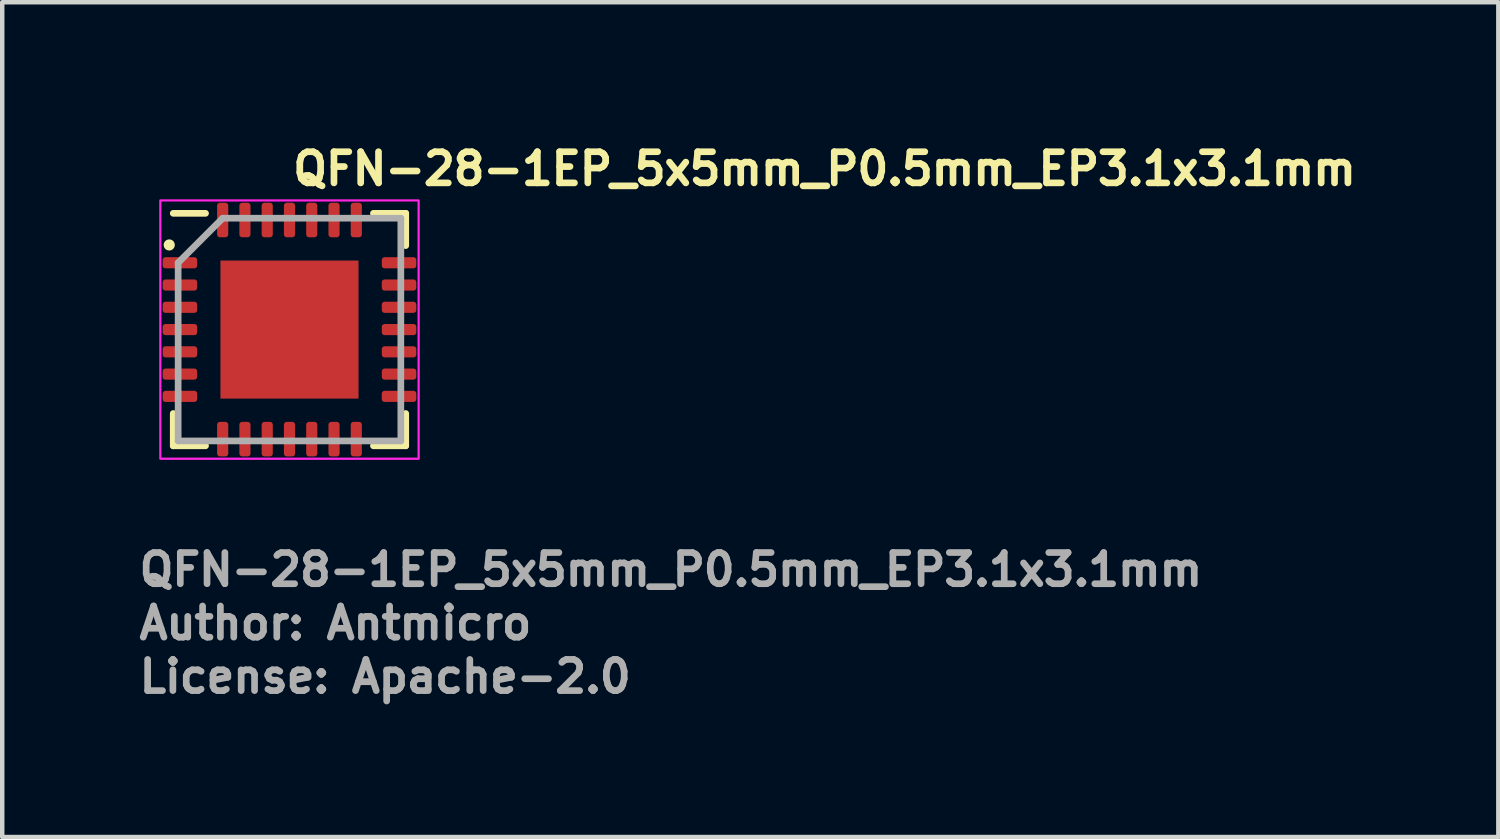
<source format=kicad_pcb>
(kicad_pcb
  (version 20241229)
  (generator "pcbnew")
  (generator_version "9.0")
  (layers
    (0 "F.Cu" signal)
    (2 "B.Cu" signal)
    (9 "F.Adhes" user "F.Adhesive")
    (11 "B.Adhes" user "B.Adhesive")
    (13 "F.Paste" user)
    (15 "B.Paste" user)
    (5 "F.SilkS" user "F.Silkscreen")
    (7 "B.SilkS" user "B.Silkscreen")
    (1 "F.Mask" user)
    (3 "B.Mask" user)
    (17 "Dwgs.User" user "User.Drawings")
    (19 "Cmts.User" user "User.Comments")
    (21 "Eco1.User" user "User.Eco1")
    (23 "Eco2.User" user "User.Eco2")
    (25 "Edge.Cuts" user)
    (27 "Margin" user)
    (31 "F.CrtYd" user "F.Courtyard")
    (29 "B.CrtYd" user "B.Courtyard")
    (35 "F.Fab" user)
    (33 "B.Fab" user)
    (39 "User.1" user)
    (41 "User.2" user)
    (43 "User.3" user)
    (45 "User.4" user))
  (footprint "QFN-28-1EP_5x5mm_P0.5mm_EP3.1x3.1mm"
    (layer "F.Cu")
    (at 3.45 4.35)
    (property "Reference" "QFN-28-1EP_5x5mm_P0.5mm_EP3.1x3.1mm" (at 0 -3.2 0) (layer "F.SilkS") (effects (font (size 0.7 0.7) (thickness 0.15)) (justify left bottom)))
    (attr smd)
    (fp_line (start -2.61 2.61) (end -2.61 1.885) (stroke (width 0.15) (type solid)) (layer "F.SilkS"))
    (fp_line (start -1.885 -2.61) (end -2.61 -2.61) (stroke (width 0.15) (type solid)) (layer "F.SilkS"))
    (fp_line (start -1.885 2.61) (end -2.61 2.61) (stroke (width 0.15) (type solid)) (layer "F.SilkS"))
    (fp_line (start 1.885 -2.61) (end 2.61 -2.61) (stroke (width 0.15) (type solid)) (layer "F.SilkS"))
    (fp_line (start 1.885 2.61) (end 2.61 2.61) (stroke (width 0.15) (type solid)) (layer "F.SilkS"))
    (fp_line (start 2.61 -2.61) (end 2.61 -1.885) (stroke (width 0.15) (type solid)) (layer "F.SilkS"))
    (fp_line (start 2.61 2.61) (end 2.61 1.885) (stroke (width 0.15) (type solid)) (layer "F.SilkS"))
    (fp_circle (center -2.7 -1.9) (end -2.65 -1.9) (stroke (width 0.15) (type solid)) (fill yes) (layer "F.SilkS"))
    (fp_rect (start -2.9 -2.9) (end 2.9 2.9) (stroke (width 0.05) (type solid)) (fill no) (layer "F.CrtYd"))
    (fp_line (start -2.5 -1.5) (end -1.5 -2.5) (stroke (width 0.15) (type solid)) (layer "F.Fab"))
    (fp_line (start -2.5 2.5) (end -2.5 -1.5) (stroke (width 0.15) (type solid)) (layer "F.Fab"))
    (fp_line (start -1.5 -2.5) (end 2.5 -2.5) (stroke (width 0.15) (type solid)) (layer "F.Fab"))
    (fp_line (start 2.5 -2.5) (end 2.5 2.5) (stroke (width 0.15) (type solid)) (layer "F.Fab"))
    (fp_line (start 2.5 2.5) (end -2.5 2.5) (stroke (width 0.15) (type solid)) (layer "F.Fab"))
    (fp_rect (start -2.5 -2.5) (end 2.5 2.5) (stroke (width 0.1) (type solid)) (fill no) (layer "User.5"))
    (fp_line (start -2.5 -1.625) (end -2.5 -1.375) (stroke (width 0.02) (type solid)) (layer "User.9"))
    (fp_line (start -2.5 -1.375) (end -2.49 -1.375) (stroke (width 0.02) (type solid)) (layer "User.9"))
    (fp_line (start -2.5 -1.125) (end -2.5 -0.875) (stroke (width 0.02) (type solid)) (layer "User.9"))
    (fp_line (start -2.5 -0.875) (end -2.49 -0.875) (stroke (width 0.02) (type solid)) (layer "User.9"))
    (fp_line (start -2.5 -0.625) (end -2.5 -0.375) (stroke (width 0.02) (type solid)) (layer "User.9"))
    (fp_line (start -2.5 -0.375) (end -2.49 -0.375) (stroke (width 0.02) (type solid)) (layer "User.9"))
    (fp_line (start -2.5 -0.125) (end -2.5 0.125) (stroke (width 0.02) (type solid)) (layer "User.9"))
    (fp_line (start -2.5 0.125) (end -2.49 0.125) (stroke (width 0.02) (type solid)) (layer "User.9"))
    (fp_line (start -2.5 0.375) (end -2.5 0.625) (stroke (width 0.02) (type solid)) (layer "User.9"))
    (fp_line (start -2.5 0.625) (end -2.49 0.625) (stroke (width 0.02) (type solid)) (layer "User.9"))
    (fp_line (start -2.5 0.875) (end -2.5 1.125) (stroke (width 0.02) (type solid)) (layer "User.9"))
    (fp_line (start -2.5 1.125) (end -2.49 1.125) (stroke (width 0.02) (type solid)) (layer "User.9"))
    (fp_line (start -2.5 1.375) (end -2.5 1.625) (stroke (width 0.02) (type solid)) (layer "User.9"))
    (fp_line (start -2.5 1.625) (end -2.49 1.625) (stroke (width 0.02) (type solid)) (layer "User.9"))
    (fp_line (start -2.49 -2.49) (end -2.49 2.49) (stroke (width 0.02) (type solid)) (layer "User.9"))
    (fp_line (start -2.49 -2.49) (end 2.49 -2.49) (stroke (width 0.02) (type solid)) (layer "User.9"))
    (fp_line (start -2.49 -1.625) (end -2.5 -1.625) (stroke (width 0.02) (type solid)) (layer "User.9"))
    (fp_line (start -2.49 -1.125) (end -2.5 -1.125) (stroke (width 0.02) (type solid)) (layer "User.9"))
    (fp_line (start -2.49 -0.625) (end -2.5 -0.625) (stroke (width 0.02) (type solid)) (layer "User.9"))
    (fp_line (start -2.49 -0.125) (end -2.5 -0.125) (stroke (width 0.02) (type solid)) (layer "User.9"))
    (fp_line (start -2.49 0.375) (end -2.5 0.375) (stroke (width 0.02) (type solid)) (layer "User.9"))
    (fp_line (start -2.49 0.875) (end -2.5 0.875) (stroke (width 0.02) (type solid)) (layer "User.9"))
    (fp_line (start -2.49 1.375) (end -2.5 1.375) (stroke (width 0.02) (type solid)) (layer "User.9"))
    (fp_line (start -2.49 2.49) (end 2.49 2.49) (stroke (width 0.02) (type solid)) (layer "User.9"))
    (fp_line (start -2.15 -1.913) (end -2.15 -1.9) (stroke (width 0.02) (type solid)) (layer "User.9"))
    (fp_line (start -2.15 -1.9) (end -2.15 -1.9) (stroke (width 0.02) (type solid)) (layer "User.9"))
    (fp_line (start -2.15 -1.9) (end -2.15 -1.887) (stroke (width 0.02) (type solid)) (layer "User.9"))
    (fp_line (start -2.15 -1.887) (end -2.149 -1.874) (stroke (width 0.02) (type solid)) (layer "User.9"))
    (fp_line (start -2.149 -1.926) (end -2.15 -1.913) (stroke (width 0.02) (type solid)) (layer "User.9"))
    (fp_line (start -2.149 -1.874) (end -2.147 -1.862) (stroke (width 0.02) (type solid)) (layer "User.9"))
    (fp_line (start -2.147 -1.938) (end -2.149 -1.926) (stroke (width 0.02) (type solid)) (layer "User.9"))
    (fp_line (start -2.147 -1.862) (end -2.145 -1.85) (stroke (width 0.02) (type solid)) (layer "User.9"))
    (fp_line (start -2.145 -1.95) (end -2.147 -1.938) (stroke (width 0.02) (type solid)) (layer "User.9"))
    (fp_line (start -2.145 -1.85) (end -2.142 -1.838) (stroke (width 0.02) (type solid)) (layer "User.9"))
    (fp_line (start -2.142 -1.962) (end -2.145 -1.95) (stroke (width 0.02) (type solid)) (layer "User.9"))
    (fp_line (start -2.142 -1.838) (end -2.139 -1.826) (stroke (width 0.02) (type solid)) (layer "User.9"))
    (fp_line (start -2.139 -1.974) (end -2.142 -1.962) (stroke (width 0.02) (type solid)) (layer "User.9"))
    (fp_line (start -2.139 -1.826) (end -2.135 -1.814) (stroke (width 0.02) (type solid)) (layer "User.9"))
    (fp_line (start -2.135 -1.986) (end -2.139 -1.974) (stroke (width 0.02) (type solid)) (layer "User.9"))
    (fp_line (start -2.135 -1.814) (end -2.13 -1.803) (stroke (width 0.02) (type solid)) (layer "User.9"))
    (fp_line (start -2.13 -1.997) (end -2.135 -1.986) (stroke (width 0.02) (type solid)) (layer "User.9"))
    (fp_line (start -2.13 -1.803) (end -2.125 -1.792) (stroke (width 0.02) (type solid)) (layer "User.9"))
    (fp_line (start -2.125 -2.008) (end -2.13 -1.997) (stroke (width 0.02) (type solid)) (layer "User.9"))
    (fp_line (start -2.125 -1.792) (end -2.12 -1.781) (stroke (width 0.02) (type solid)) (layer "User.9"))
    (fp_line (start -2.12 -2.019) (end -2.125 -2.008) (stroke (width 0.02) (type solid)) (layer "User.9"))
    (fp_line (start -2.12 -1.781) (end -2.114 -1.77) (stroke (width 0.02) (type solid)) (layer "User.9"))
    (fp_line (start -2.114 -2.03) (end -2.12 -2.019) (stroke (width 0.02) (type solid)) (layer "User.9"))
    (fp_line (start -2.114 -1.77) (end -2.107 -1.76) (stroke (width 0.02) (type solid)) (layer "User.9"))
    (fp_line (start -2.107 -2.04) (end -2.114 -2.03) (stroke (width 0.02) (type solid)) (layer "User.9"))
    (fp_line (start -2.107 -1.76) (end -2.1 -1.75) (stroke (width 0.02) (type solid)) (layer "User.9"))
    (fp_line (start -2.1 -2.05) (end -2.107 -2.04) (stroke (width 0.02) (type solid)) (layer "User.9"))
    (fp_line (start -2.1 -1.75) (end -2.093 -1.741) (stroke (width 0.02) (type solid)) (layer "User.9"))
    (fp_line (start -2.093 -2.059) (end -2.1 -2.05) (stroke (width 0.02) (type solid)) (layer "User.9"))
    (fp_line (start -2.093 -1.741) (end -2.085 -1.732) (stroke (width 0.02) (type solid)) (layer "User.9"))
    (fp_line (start -2.085 -2.068) (end -2.093 -2.059) (stroke (width 0.02) (type solid)) (layer "User.9"))
    (fp_line (start -2.085 -1.732) (end -2.077 -1.723) (stroke (width 0.02) (type solid)) (layer "User.9"))
    (fp_line (start -2.077 -2.077) (end -2.085 -2.068) (stroke (width 0.02) (type solid)) (layer "User.9"))
    (fp_line (start -2.077 -1.723) (end -2.068 -1.715) (stroke (width 0.02) (type solid)) (layer "User.9"))
    (fp_line (start -2.068 -2.085) (end -2.077 -2.077) (stroke (width 0.02) (type solid)) (layer "User.9"))
    (fp_line (start -2.068 -1.715) (end -2.059 -1.707) (stroke (width 0.02) (type solid)) (layer "User.9"))
    (fp_line (start -2.059 -2.093) (end -2.068 -2.085) (stroke (width 0.02) (type solid)) (layer "User.9"))
    (fp_line (start -2.059 -1.707) (end -2.05 -1.7) (stroke (width 0.02) (type solid)) (layer "User.9"))
    (fp_line (start -2.05 -2.1) (end -2.059 -2.093) (stroke (width 0.02) (type solid)) (layer "User.9"))
    (fp_line (start -2.05 -1.7) (end -2.04 -1.693) (stroke (width 0.02) (type solid)) (layer "User.9"))
    (fp_line (start -2.04 -2.107) (end -2.05 -2.1) (stroke (width 0.02) (type solid)) (layer "User.9"))
    (fp_line (start -2.04 -1.693) (end -2.03 -1.686) (stroke (width 0.02) (type solid)) (layer "User.9"))
    (fp_line (start -2.03 -2.114) (end -2.04 -2.107) (stroke (width 0.02) (type solid)) (layer "User.9"))
    (fp_line (start -2.03 -1.686) (end -2.019 -1.68) (stroke (width 0.02) (type solid)) (layer "User.9"))
    (fp_line (start -2.019 -2.12) (end -2.03 -2.114) (stroke (width 0.02) (type solid)) (layer "User.9"))
    (fp_line (start -2.019 -1.68) (end -2.008 -1.675) (stroke (width 0.02) (type solid)) (layer "User.9"))
    (fp_line (start -2.008 -2.125) (end -2.019 -2.12) (stroke (width 0.02) (type solid)) (layer "User.9"))
    (fp_line (start -2.008 -1.675) (end -1.997 -1.67) (stroke (width 0.02) (type solid)) (layer "User.9"))
    (fp_line (start -1.997 -2.13) (end -2.008 -2.125) (stroke (width 0.02) (type solid)) (layer "User.9"))
    (fp_line (start -1.997 -1.67) (end -1.986 -1.665) (stroke (width 0.02) (type solid)) (layer "User.9"))
    (fp_line (start -1.986 -2.135) (end -1.997 -2.13) (stroke (width 0.02) (type solid)) (layer "User.9"))
    (fp_line (start -1.986 -1.665) (end -1.974 -1.661) (stroke (width 0.02) (type solid)) (layer "User.9"))
    (fp_line (start -1.974 -2.139) (end -1.986 -2.135) (stroke (width 0.02) (type solid)) (layer "User.9"))
    (fp_line (start -1.974 -1.661) (end -1.962 -1.658) (stroke (width 0.02) (type solid)) (layer "User.9"))
    (fp_line (start -1.962 -2.142) (end -1.974 -2.139) (stroke (width 0.02) (type solid)) (layer "User.9"))
    (fp_line (start -1.962 -1.658) (end -1.95 -1.655) (stroke (width 0.02) (type solid)) (layer "User.9"))
    (fp_line (start -1.95 -2.145) (end -1.962 -2.142) (stroke (width 0.02) (type solid)) (layer "User.9"))
    (fp_line (start -1.95 -1.655) (end -1.938 -1.653) (stroke (width 0.02) (type solid)) (layer "User.9"))
    (fp_line (start -1.938 -2.147) (end -1.95 -2.145) (stroke (width 0.02) (type solid)) (layer "User.9"))
    (fp_line (start -1.938 -1.653) (end -1.926 -1.651) (stroke (width 0.02) (type solid)) (layer "User.9"))
    (fp_line (start -1.926 -2.149) (end -1.938 -2.147) (stroke (width 0.02) (type solid)) (layer "User.9"))
    (fp_line (start -1.926 -1.651) (end -1.913 -1.65) (stroke (width 0.02) (type solid)) (layer "User.9"))
    (fp_line (start -1.913 -2.15) (end -1.926 -2.149) (stroke (width 0.02) (type solid)) (layer "User.9"))
    (fp_line (start -1.913 -1.65) (end -1.9 -1.65) (stroke (width 0.02) (type solid)) (layer "User.9"))
    (fp_line (start -1.9 -2.15) (end -1.913 -2.15) (stroke (width 0.02) (type solid)) (layer "User.9"))
    (fp_line (start -1.9 -2.15) (end -1.9 -2.15) (stroke (width 0.02) (type solid)) (layer "User.9"))
    (fp_line (start -1.9 -1.65) (end -1.9 -1.65) (stroke (width 0.02) (type solid)) (layer "User.9"))
    (fp_line (start -1.9 -1.65) (end -1.887 -1.65) (stroke (width 0.02) (type solid)) (layer "User.9"))
    (fp_line (start -1.887 -2.15) (end -1.9 -2.15) (stroke (width 0.02) (type solid)) (layer "User.9"))
    (fp_line (start -1.887 -1.65) (end -1.874 -1.651) (stroke (width 0.02) (type solid)) (layer "User.9"))
    (fp_line (start -1.874 -2.149) (end -1.887 -2.15) (stroke (width 0.02) (type solid)) (layer "User.9"))
    (fp_line (start -1.874 -1.651) (end -1.862 -1.653) (stroke (width 0.02) (type solid)) (layer "User.9"))
    (fp_line (start -1.862 -2.147) (end -1.874 -2.149) (stroke (width 0.02) (type solid)) (layer "User.9"))
    (fp_line (start -1.862 -1.653) (end -1.85 -1.655) (stroke (width 0.02) (type solid)) (layer "User.9"))
    (fp_line (start -1.85 -2.145) (end -1.862 -2.147) (stroke (width 0.02) (type solid)) (layer "User.9"))
    (fp_line (start -1.85 -1.655) (end -1.838 -1.658) (stroke (width 0.02) (type solid)) (layer "User.9"))
    (fp_line (start -1.838 -2.142) (end -1.85 -2.145) (stroke (width 0.02) (type solid)) (layer "User.9"))
    (fp_line (start -1.838 -1.658) (end -1.826 -1.661) (stroke (width 0.02) (type solid)) (layer "User.9"))
    (fp_line (start -1.826 -2.139) (end -1.838 -2.142) (stroke (width 0.02) (type solid)) (layer "User.9"))
    (fp_line (start -1.826 -1.661) (end -1.814 -1.665) (stroke (width 0.02) (type solid)) (layer "User.9"))
    (fp_line (start -1.814 -2.135) (end -1.826 -2.139) (stroke (width 0.02) (type solid)) (layer "User.9"))
    (fp_line (start -1.814 -1.665) (end -1.803 -1.67) (stroke (width 0.02) (type solid)) (layer "User.9"))
    (fp_line (start -1.803 -2.13) (end -1.814 -2.135) (stroke (width 0.02) (type solid)) (layer "User.9"))
    (fp_line (start -1.803 -1.67) (end -1.792 -1.675) (stroke (width 0.02) (type solid)) (layer "User.9"))
    (fp_line (start -1.792 -2.125) (end -1.803 -2.13) (stroke (width 0.02) (type solid)) (layer "User.9"))
    (fp_line (start -1.792 -1.675) (end -1.781 -1.68) (stroke (width 0.02) (type solid)) (layer "User.9"))
    (fp_line (start -1.781 -2.12) (end -1.792 -2.125) (stroke (width 0.02) (type solid)) (layer "User.9"))
    (fp_line (start -1.781 -1.68) (end -1.77 -1.686) (stroke (width 0.02) (type solid)) (layer "User.9"))
    (fp_line (start -1.77 -2.114) (end -1.781 -2.12) (stroke (width 0.02) (type solid)) (layer "User.9"))
    (fp_line (start -1.77 -1.686) (end -1.76 -1.693) (stroke (width 0.02) (type solid)) (layer "User.9"))
    (fp_line (start -1.76 -2.107) (end -1.77 -2.114) (stroke (width 0.02) (type solid)) (layer "User.9"))
    (fp_line (start -1.76 -1.693) (end -1.75 -1.7) (stroke (width 0.02) (type solid)) (layer "User.9"))
    (fp_line (start -1.75 -2.1) (end -1.76 -2.107) (stroke (width 0.02) (type solid)) (layer "User.9"))
    (fp_line (start -1.75 -1.7) (end -1.741 -1.707) (stroke (width 0.02) (type solid)) (layer "User.9"))
    (fp_line (start -1.741 -2.093) (end -1.75 -2.1) (stroke (width 0.02) (type solid)) (layer "User.9"))
    (fp_line (start -1.741 -1.707) (end -1.732 -1.715) (stroke (width 0.02) (type solid)) (layer "User.9"))
    (fp_line (start -1.732 -2.085) (end -1.741 -2.093) (stroke (width 0.02) (type solid)) (layer "User.9"))
    (fp_line (start -1.732 -1.715) (end -1.723 -1.723) (stroke (width 0.02) (type solid)) (layer "User.9"))
    (fp_line (start -1.723 -2.077) (end -1.732 -2.085) (stroke (width 0.02) (type solid)) (layer "User.9"))
    (fp_line (start -1.723 -1.723) (end -1.715 -1.732) (stroke (width 0.02) (type solid)) (layer "User.9"))
    (fp_line (start -1.715 -2.068) (end -1.723 -2.077) (stroke (width 0.02) (type solid)) (layer "User.9"))
    (fp_line (start -1.715 -1.732) (end -1.707 -1.741) (stroke (width 0.02) (type solid)) (layer "User.9"))
    (fp_line (start -1.707 -2.059) (end -1.715 -2.068) (stroke (width 0.02) (type solid)) (layer "User.9"))
    (fp_line (start -1.707 -1.741) (end -1.7 -1.75) (stroke (width 0.02) (type solid)) (layer "User.9"))
    (fp_line (start -1.7 -2.05) (end -1.707 -2.059) (stroke (width 0.02) (type solid)) (layer "User.9"))
    (fp_line (start -1.7 -1.75) (end -1.693 -1.76) (stroke (width 0.02) (type solid)) (layer "User.9"))
    (fp_line (start -1.693 -2.04) (end -1.7 -2.05) (stroke (width 0.02) (type solid)) (layer "User.9"))
    (fp_line (start -1.693 -1.76) (end -1.686 -1.77) (stroke (width 0.02) (type solid)) (layer "User.9"))
    (fp_line (start -1.686 -2.03) (end -1.693 -2.04) (stroke (width 0.02) (type solid)) (layer "User.9"))
    (fp_line (start -1.686 -1.77) (end -1.68 -1.781) (stroke (width 0.02) (type solid)) (layer "User.9"))
    (fp_line (start -1.68 -2.019) (end -1.686 -2.03) (stroke (width 0.02) (type solid)) (layer "User.9"))
    (fp_line (start -1.68 -1.781) (end -1.675 -1.792) (stroke (width 0.02) (type solid)) (layer "User.9"))
    (fp_line (start -1.675 -2.008) (end -1.68 -2.019) (stroke (width 0.02) (type solid)) (layer "User.9"))
    (fp_line (start -1.675 -1.792) (end -1.67 -1.803) (stroke (width 0.02) (type solid)) (layer "User.9"))
    (fp_line (start -1.67 -1.997) (end -1.675 -2.008) (stroke (width 0.02) (type solid)) (layer "User.9"))
    (fp_line (start -1.67 -1.803) (end -1.665 -1.814) (stroke (width 0.02) (type solid)) (layer "User.9"))
    (fp_line (start -1.665 -1.986) (end -1.67 -1.997) (stroke (width 0.02) (type solid)) (layer "User.9"))
    (fp_line (start -1.665 -1.814) (end -1.661 -1.826) (stroke (width 0.02) (type solid)) (layer "User.9"))
    (fp_line (start -1.661 -1.974) (end -1.665 -1.986) (stroke (width 0.02) (type solid)) (layer "User.9"))
    (fp_line (start -1.661 -1.826) (end -1.658 -1.838) (stroke (width 0.02) (type solid)) (layer "User.9"))
    (fp_line (start -1.658 -1.962) (end -1.661 -1.974) (stroke (width 0.02) (type solid)) (layer "User.9"))
    (fp_line (start -1.658 -1.838) (end -1.655 -1.85) (stroke (width 0.02) (type solid)) (layer "User.9"))
    (fp_line (start -1.655 -1.95) (end -1.658 -1.962) (stroke (width 0.02) (type solid)) (layer "User.9"))
    (fp_line (start -1.655 -1.85) (end -1.653 -1.862) (stroke (width 0.02) (type solid)) (layer "User.9"))
    (fp_line (start -1.653 -1.938) (end -1.655 -1.95) (stroke (width 0.02) (type solid)) (layer "User.9"))
    (fp_line (start -1.653 -1.862) (end -1.651 -1.874) (stroke (width 0.02) (type solid)) (layer "User.9"))
    (fp_line (start -1.651 -1.926) (end -1.653 -1.938) (stroke (width 0.02) (type solid)) (layer "User.9"))
    (fp_line (start -1.651 -1.874) (end -1.65 -1.887) (stroke (width 0.02) (type solid)) (layer "User.9"))
    (fp_line (start -1.65 -1.913) (end -1.651 -1.926) (stroke (width 0.02) (type solid)) (layer "User.9"))
    (fp_line (start -1.65 -1.9) (end -1.65 -1.913) (stroke (width 0.02) (type solid)) (layer "User.9"))
    (fp_line (start -1.65 -1.9) (end -1.65 -1.9) (stroke (width 0.02) (type solid)) (layer "User.9"))
    (fp_line (start -1.65 -1.9) (end -1.65 -1.9) (stroke (width 0.02) (type solid)) (layer "User.9"))
    (fp_line (start -1.65 -1.887) (end -1.65 -1.9) (stroke (width 0.02) (type solid)) (layer "User.9"))
    (fp_line (start -1.625 -2.5) (end -1.625 -2.49) (stroke (width 0.02) (type solid)) (layer "User.9"))
    (fp_line (start -1.625 2.49) (end -1.625 2.5) (stroke (width 0.02) (type solid)) (layer "User.9"))
    (fp_line (start -1.625 2.5) (end -1.375 2.5) (stroke (width 0.02) (type solid)) (layer "User.9"))
    (fp_line (start -1.375 -2.5) (end -1.625 -2.5) (stroke (width 0.02) (type solid)) (layer "User.9"))
    (fp_line (start -1.375 -2.49) (end -1.375 -2.5) (stroke (width 0.02) (type solid)) (layer "User.9"))
    (fp_line (start -1.375 2.5) (end -1.375 2.49) (stroke (width 0.02) (type solid)) (layer "User.9"))
    (fp_line (start -1.125 -2.5) (end -1.125 -2.49) (stroke (width 0.02) (type solid)) (layer "User.9"))
    (fp_line (start -1.125 2.49) (end -1.125 2.5) (stroke (width 0.02) (type solid)) (layer "User.9"))
    (fp_line (start -1.125 2.5) (end -0.875 2.5) (stroke (width 0.02) (type solid)) (layer "User.9"))
    (fp_line (start -0.875 -2.5) (end -1.125 -2.5) (stroke (width 0.02) (type solid)) (layer "User.9"))
    (fp_line (start -0.875 -2.49) (end -0.875 -2.5) (stroke (width 0.02) (type solid)) (layer "User.9"))
    (fp_line (start -0.875 2.5) (end -0.875 2.49) (stroke (width 0.02) (type solid)) (layer "User.9"))
    (fp_line (start -0.625 -2.5) (end -0.625 -2.49) (stroke (width 0.02) (type solid)) (layer "User.9"))
    (fp_line (start -0.625 2.49) (end -0.625 2.5) (stroke (width 0.02) (type solid)) (layer "User.9"))
    (fp_line (start -0.625 2.5) (end -0.375 2.5) (stroke (width 0.02) (type solid)) (layer "User.9"))
    (fp_line (start -0.375 -2.5) (end -0.625 -2.5) (stroke (width 0.02) (type solid)) (layer "User.9"))
    (fp_line (start -0.375 -2.49) (end -0.375 -2.5) (stroke (width 0.02) (type solid)) (layer "User.9"))
    (fp_line (start -0.375 2.5) (end -0.375 2.49) (stroke (width 0.02) (type solid)) (layer "User.9"))
    (fp_line (start -0.125 -2.5) (end -0.125 -2.49) (stroke (width 0.02) (type solid)) (layer "User.9"))
    (fp_line (start -0.125 2.49) (end -0.125 2.5) (stroke (width 0.02) (type solid)) (layer "User.9"))
    (fp_line (start -0.125 2.5) (end 0.125 2.5) (stroke (width 0.02) (type solid)) (layer "User.9"))
    (fp_line (start 0.125 -2.5) (end -0.125 -2.5) (stroke (width 0.02) (type solid)) (layer "User.9"))
    (fp_line (start 0.125 -2.49) (end 0.125 -2.5) (stroke (width 0.02) (type solid)) (layer "User.9"))
    (fp_line (start 0.125 2.5) (end 0.125 2.49) (stroke (width 0.02) (type solid)) (layer "User.9"))
    (fp_line (start 0.375 -2.5) (end 0.375 -2.49) (stroke (width 0.02) (type solid)) (layer "User.9"))
    (fp_line (start 0.375 2.49) (end 0.375 2.5) (stroke (width 0.02) (type solid)) (layer "User.9"))
    (fp_line (start 0.375 2.5) (end 0.625 2.5) (stroke (width 0.02) (type solid)) (layer "User.9"))
    (fp_line (start 0.625 -2.5) (end 0.375 -2.5) (stroke (width 0.02) (type solid)) (layer "User.9"))
    (fp_line (start 0.625 -2.49) (end 0.625 -2.5) (stroke (width 0.02) (type solid)) (layer "User.9"))
    (fp_line (start 0.625 2.5) (end 0.625 2.49) (stroke (width 0.02) (type solid)) (layer "User.9"))
    (fp_line (start 0.875 -2.5) (end 0.875 -2.49) (stroke (width 0.02) (type solid)) (layer "User.9"))
    (fp_line (start 0.875 2.49) (end 0.875 2.5) (stroke (width 0.02) (type solid)) (layer "User.9"))
    (fp_line (start 0.875 2.5) (end 1.125 2.5) (stroke (width 0.02) (type solid)) (layer "User.9"))
    (fp_line (start 1.125 -2.5) (end 0.875 -2.5) (stroke (width 0.02) (type solid)) (layer "User.9"))
    (fp_line (start 1.125 -2.49) (end 1.125 -2.5) (stroke (width 0.02) (type solid)) (layer "User.9"))
    (fp_line (start 1.125 2.5) (end 1.125 2.49) (stroke (width 0.02) (type solid)) (layer "User.9"))
    (fp_line (start 1.375 -2.5) (end 1.375 -2.49) (stroke (width 0.02) (type solid)) (layer "User.9"))
    (fp_line (start 1.375 2.49) (end 1.375 2.5) (stroke (width 0.02) (type solid)) (layer "User.9"))
    (fp_line (start 1.375 2.5) (end 1.625 2.5) (stroke (width 0.02) (type solid)) (layer "User.9"))
    (fp_line (start 1.625 -2.5) (end 1.375 -2.5) (stroke (width 0.02) (type solid)) (layer "User.9"))
    (fp_line (start 1.625 -2.49) (end 1.625 -2.5) (stroke (width 0.02) (type solid)) (layer "User.9"))
    (fp_line (start 1.625 2.5) (end 1.625 2.49) (stroke (width 0.02) (type solid)) (layer "User.9"))
    (fp_line (start 2.49 -2.49) (end 2.49 2.49) (stroke (width 0.02) (type solid)) (layer "User.9"))
    (fp_line (start 2.49 -1.375) (end 2.5 -1.375) (stroke (width 0.02) (type solid)) (layer "User.9"))
    (fp_line (start 2.49 -0.875) (end 2.5 -0.875) (stroke (width 0.02) (type solid)) (layer "User.9"))
    (fp_line (start 2.49 -0.375) (end 2.5 -0.375) (stroke (width 0.02) (type solid)) (layer "User.9"))
    (fp_line (start 2.49 0.125) (end 2.5 0.125) (stroke (width 0.02) (type solid)) (layer "User.9"))
    (fp_line (start 2.49 0.625) (end 2.5 0.625) (stroke (width 0.02) (type solid)) (layer "User.9"))
    (fp_line (start 2.49 1.125) (end 2.5 1.125) (stroke (width 0.02) (type solid)) (layer "User.9"))
    (fp_line (start 2.49 1.625) (end 2.5 1.625) (stroke (width 0.02) (type solid)) (layer "User.9"))
    (fp_line (start 2.5 -1.625) (end 2.49 -1.625) (stroke (width 0.02) (type solid)) (layer "User.9"))
    (fp_line (start 2.5 -1.375) (end 2.5 -1.625) (stroke (width 0.02) (type solid)) (layer "User.9"))
    (fp_line (start 2.5 -1.125) (end 2.49 -1.125) (stroke (width 0.02) (type solid)) (layer "User.9"))
    (fp_line (start 2.5 -0.875) (end 2.5 -1.125) (stroke (width 0.02) (type solid)) (layer "User.9"))
    (fp_line (start 2.5 -0.625) (end 2.49 -0.625) (stroke (width 0.02) (type solid)) (layer "User.9"))
    (fp_line (start 2.5 -0.375) (end 2.5 -0.625) (stroke (width 0.02) (type solid)) (layer "User.9"))
    (fp_line (start 2.5 -0.125) (end 2.49 -0.125) (stroke (width 0.02) (type solid)) (layer "User.9"))
    (fp_line (start 2.5 0.125) (end 2.5 -0.125) (stroke (width 0.02) (type solid)) (layer "User.9"))
    (fp_line (start 2.5 0.375) (end 2.49 0.375) (stroke (width 0.02) (type solid)) (layer "User.9"))
    (fp_line (start 2.5 0.625) (end 2.5 0.375) (stroke (width 0.02) (type solid)) (layer "User.9"))
    (fp_line (start 2.5 0.875) (end 2.49 0.875) (stroke (width 0.02) (type solid)) (layer "User.9"))
    (fp_line (start 2.5 1.125) (end 2.5 0.875) (stroke (width 0.02) (type solid)) (layer "User.9"))
    (fp_line (start 2.5 1.375) (end 2.49 1.375) (stroke (width 0.02) (type solid)) (layer "User.9"))
    (fp_line (start 2.5 1.625) (end 2.5 1.375) (stroke (width 0.02) (type solid)) (layer "User.9"))
    (fp_text user "License: Apache-2.0" (at -3.45 8.2 0) (layer "F.Fab") (effects (font (size 0.7 0.7) (thickness 0.15)) (justify left bottom)))
    (fp_text user "Author: Antmicro" (at -3.45 7 0) (layer "F.Fab") (effects (font (size 0.7 0.7) (thickness 0.15)) (justify left bottom)))
    (fp_text user "${REFERENCE}" (at -3.45 5.8 0) (layer "F.Fab") (effects (font (size 0.7 0.7) (thickness 0.15)) (justify left bottom)))
    (pad "" smd roundrect (at -0.75 -0.75) (size 1.01 1.01) (layers "F.Paste") (roundrect_rratio 0.248))
    (pad "" smd roundrect (at -0.75 0.75) (size 1.01 1.01) (layers "F.Paste") (roundrect_rratio 0.248))
    (pad "" smd roundrect (at 0.75 -0.75) (size 1.01 1.01) (layers "F.Paste") (roundrect_rratio 0.248))
    (pad "" smd roundrect (at 0.75 0.75) (size 1.01 1.01) (layers "F.Paste") (roundrect_rratio 0.248))
    (pad "1" smd roundrect (at -2.46 -1.5) (size 0.775 0.25) (layers "F.Cu" "F.Mask" "F.Paste") (roundrect_rratio 0.25))
    (pad "2" smd roundrect (at -2.46 -1) (size 0.775 0.25) (layers "F.Cu" "F.Mask" "F.Paste") (roundrect_rratio 0.25))
    (pad "3" smd roundrect (at -2.46 -0.5) (size 0.775 0.25) (layers "F.Cu" "F.Mask" "F.Paste") (roundrect_rratio 0.25))
    (pad "4" smd roundrect (at -2.46 0) (size 0.775 0.25) (layers "F.Cu" "F.Mask" "F.Paste") (roundrect_rratio 0.25))
    (pad "5" smd roundrect (at -2.46 0.5) (size 0.775 0.25) (layers "F.Cu" "F.Mask" "F.Paste") (roundrect_rratio 0.25))
    (pad "6" smd roundrect (at -2.46 1) (size 0.775 0.25) (layers "F.Cu" "F.Mask" "F.Paste") (roundrect_rratio 0.25))
    (pad "7" smd roundrect (at -2.46 1.5) (size 0.775 0.25) (layers "F.Cu" "F.Mask" "F.Paste") (roundrect_rratio 0.25))
    (pad "8" smd roundrect (at -1.5 2.46) (size 0.25 0.775) (layers "F.Cu" "F.Mask" "F.Paste") (roundrect_rratio 0.25))
    (pad "9" smd roundrect (at -1 2.46) (size 0.25 0.775) (layers "F.Cu" "F.Mask" "F.Paste") (roundrect_rratio 0.25))
    (pad "10" smd roundrect (at -0.5 2.46) (size 0.25 0.775) (layers "F.Cu" "F.Mask" "F.Paste") (roundrect_rratio 0.25))
    (pad "11" smd roundrect (at 0 2.46) (size 0.25 0.775) (layers "F.Cu" "F.Mask" "F.Paste") (roundrect_rratio 0.25))
    (pad "12" smd roundrect (at 0.5 2.46) (size 0.25 0.775) (layers "F.Cu" "F.Mask" "F.Paste") (roundrect_rratio 0.25))
    (pad "13" smd roundrect (at 1 2.46) (size 0.25 0.775) (layers "F.Cu" "F.Mask" "F.Paste") (roundrect_rratio 0.25))
    (pad "14" smd roundrect (at 1.5 2.46) (size 0.25 0.775) (layers "F.Cu" "F.Mask" "F.Paste") (roundrect_rratio 0.25))
    (pad "15" smd roundrect (at 2.46 1.5) (size 0.775 0.25) (layers "F.Cu" "F.Mask" "F.Paste") (roundrect_rratio 0.25))
    (pad "16" smd roundrect (at 2.46 1) (size 0.775 0.25) (layers "F.Cu" "F.Mask" "F.Paste") (roundrect_rratio 0.25))
    (pad "17" smd roundrect (at 2.46 0.5) (size 0.775 0.25) (layers "F.Cu" "F.Mask" "F.Paste") (roundrect_rratio 0.25))
    (pad "18" smd roundrect (at 2.46 0) (size 0.775 0.25) (layers "F.Cu" "F.Mask" "F.Paste") (roundrect_rratio 0.25))
    (pad "19" smd roundrect (at 2.46 -0.5) (size 0.775 0.25) (layers "F.Cu" "F.Mask" "F.Paste") (roundrect_rratio 0.25))
    (pad "20" smd roundrect (at 2.46 -1) (size 0.775 0.25) (layers "F.Cu" "F.Mask" "F.Paste") (roundrect_rratio 0.25))
    (pad "21" smd roundrect (at 2.46 -1.5) (size 0.775 0.25) (layers "F.Cu" "F.Mask" "F.Paste") (roundrect_rratio 0.25))
    (pad "22" smd roundrect (at 1.5 -2.46) (size 0.25 0.775) (layers "F.Cu" "F.Mask" "F.Paste") (roundrect_rratio 0.25))
    (pad "23" smd roundrect (at 1 -2.46) (size 0.25 0.775) (layers "F.Cu" "F.Mask" "F.Paste") (roundrect_rratio 0.25))
    (pad "24" smd roundrect (at 0.5 -2.46) (size 0.25 0.775) (layers "F.Cu" "F.Mask" "F.Paste") (roundrect_rratio 0.25))
    (pad "25" smd roundrect (at 0 -2.46) (size 0.25 0.775) (layers "F.Cu" "F.Mask" "F.Paste") (roundrect_rratio 0.25))
    (pad "26" smd roundrect (at -0.5 -2.46) (size 0.25 0.775) (layers "F.Cu" "F.Mask" "F.Paste") (roundrect_rratio 0.25))
    (pad "27" smd roundrect (at -1 -2.46) (size 0.25 0.775) (layers "F.Cu" "F.Mask" "F.Paste") (roundrect_rratio 0.25))
    (pad "28" smd roundrect (at -1.5 -2.46) (size 0.25 0.775) (layers "F.Cu" "F.Mask" "F.Paste") (roundrect_rratio 0.25))
    (pad "29" smd rect (at 0 0) (size 3.1 3.1) (layers "F.Cu" "F.Mask")))
  (gr_rect
    (start -3 -3)
    (end 30.593 15.745)
    (stroke (width 0.1) (type default))
    (fill no)
    (layer "Edge.Cuts")))
</source>
